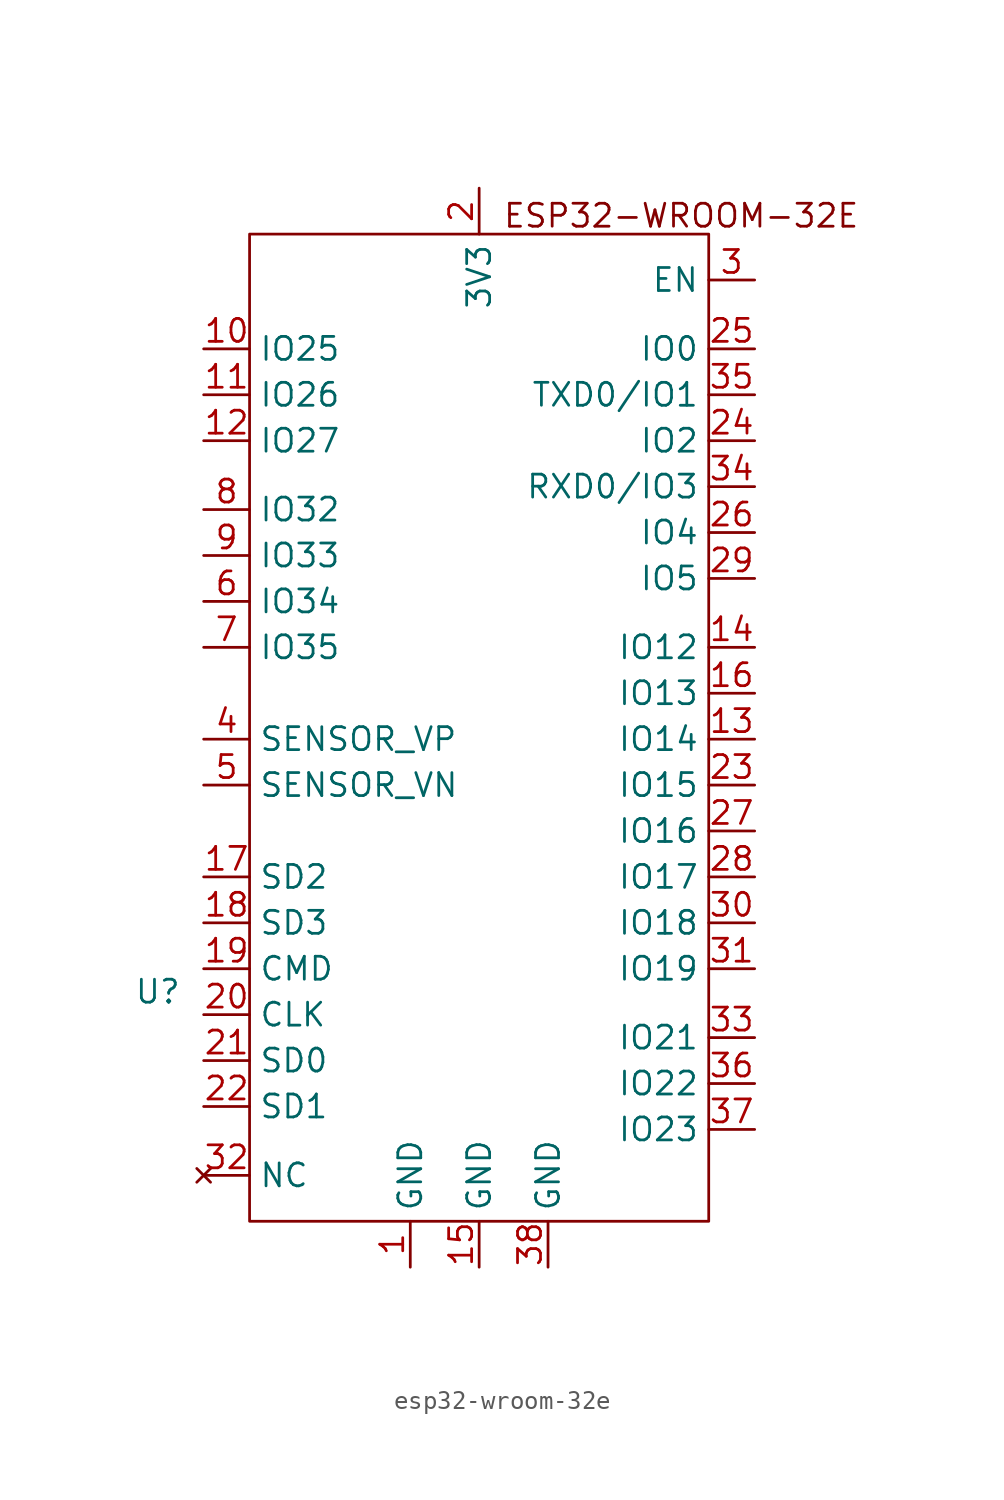
<source format=kicad_sym>
(kicad_symbol_lib
  (version 20241209)
  (generator "kicad_symbol_editor")
  (generator_version "9.0")
  (symbol "esp32-wroom-32e"
    (property "Reference" "U"
      (at -17.78 -15.24 0)
      (effects (font (size 1.27 1.27))))
    (property "Value" ""
      (at 0 0 0)
      (effects (font (size 1.27 1.27))))
    (symbol "esp32-wroom-32e_0_1"
      (rectangle (start -12.7 26.67) (end 12.7 -27.94) (stroke (width 0) (type default)) (fill (type none))))
    (symbol "esp32-wroom-32e_1_1"
      (text "ESP32-WROOM-32E" (at 11.176 27.686 0) (effects (font (size 1.27 1.27))))
      (pin bidirectional line (at -15.24 20.32 0) (length 2.54) (name "IO25" (effects (font (size 1.27 1.27)))) (number "10" (effects (font (size 1.27 1.27)))))
      (pin bidirectional line (at -15.24 17.78 0) (length 2.54) (name "IO26" (effects (font (size 1.27 1.27)))) (number "11" (effects (font (size 1.27 1.27)))))
      (pin bidirectional line (at -15.24 15.24 0) (length 2.54) (name "IO27" (effects (font (size 1.27 1.27)))) (number "12" (effects (font (size 1.27 1.27)))))
      (pin bidirectional line (at -15.24 11.43 0) (length 2.54) (name "IO32" (effects (font (size 1.27 1.27)))) (number "8" (effects (font (size 1.27 1.27)))))
      (pin bidirectional line (at -15.24 8.89 0) (length 2.54) (name "IO33" (effects (font (size 1.27 1.27)))) (number "9" (effects (font (size 1.27 1.27)))))
      (pin bidirectional line (at -15.24 6.35 0) (length 2.54) (name "IO34" (effects (font (size 1.27 1.27)))) (number "6" (effects (font (size 1.27 1.27)))))
      (pin bidirectional line (at -15.24 3.81 0) (length 2.54) (name "IO35" (effects (font (size 1.27 1.27)))) (number "7" (effects (font (size 1.27 1.27)))))
      (pin input line (at -15.24 -1.27 0) (length 2.54) (name "SENSOR_VP" (effects (font (size 1.27 1.27)))) (number "4" (effects (font (size 1.27 1.27)))))
      (pin input line (at -15.24 -3.81 0) (length 2.54) (name "SENSOR_VN" (effects (font (size 1.27 1.27)))) (number "5" (effects (font (size 1.27 1.27)))))
      (pin bidirectional line (at -15.24 -8.89 0) (length 2.54) (name "SD2" (effects (font (size 1.27 1.27)))) (number "17" (effects (font (size 1.27 1.27)))))
      (pin bidirectional line (at -15.24 -11.43 0) (length 2.54) (name "SD3" (effects (font (size 1.27 1.27)))) (number "18" (effects (font (size 1.27 1.27)))))
      (pin input line (at -15.24 -13.97 0) (length 2.54) (name "CMD" (effects (font (size 1.27 1.27)))) (number "19" (effects (font (size 1.27 1.27)))))
      (pin input line (at -15.24 -16.51 0) (length 2.54) (name "CLK" (effects (font (size 1.27 1.27)))) (number "20" (effects (font (size 1.27 1.27)))))
      (pin bidirectional line (at -15.24 -19.05 0) (length 2.54) (name "SD0" (effects (font (size 1.27 1.27)))) (number "21" (effects (font (size 1.27 1.27)))))
      (pin bidirectional line (at -15.24 -21.59 0) (length 2.54) (name "SD1" (effects (font (size 1.27 1.27)))) (number "22" (effects (font (size 1.27 1.27)))))
      (pin no_connect line (at -15.24 -25.4 0) (length 2.54) (name "NC" (effects (font (size 1.27 1.27)))) (number "32" (effects (font (size 1.27 1.27)))))
      (pin power_in line (at -3.81 -30.48 90) (length 2.54) (name "GND" (effects (font (size 1.27 1.27)))) (number "1" (effects (font (size 1.27 1.27)))))
      (pin power_in line (at 0 29.21 270) (length 2.54) (name "3V3" (effects (font (size 1.27 1.27)))) (number "2" (effects (font (size 1.27 1.27)))))
      (pin power_in line (at 0 -30.48 90) (length 2.54) (name "GND" (effects (font (size 1.27 1.27)))) (number "15" (effects (font (size 1.27 1.27)))))
      (pin power_in line (at 3.81 -30.48 90) (length 2.54) (name "GND" (effects (font (size 1.27 1.27)))) (number "38" (effects (font (size 1.27 1.27)))))
      (pin input line (at 15.24 24.13 180) (length 2.54) (name "EN" (effects (font (size 1.27 1.27)))) (number "3" (effects (font (size 1.27 1.27)))))
      (pin bidirectional line (at 15.24 20.32 180) (length 2.54) (name "IO0" (effects (font (size 1.27 1.27)))) (number "25" (effects (font (size 1.27 1.27)))))
      (pin bidirectional line (at 15.24 17.78 180) (length 2.54) (name "TXD0/IO1" (effects (font (size 1.27 1.27)))) (number "35" (effects (font (size 1.27 1.27)))))
      (pin bidirectional line (at 15.24 15.24 180) (length 2.54) (name "IO2" (effects (font (size 1.27 1.27)))) (number "24" (effects (font (size 1.27 1.27)))))
      (pin bidirectional line (at 15.24 12.7 180) (length 2.54) (name "RXD0/IO3" (effects (font (size 1.27 1.27)))) (number "34" (effects (font (size 1.27 1.27)))))
      (pin bidirectional line (at 15.24 10.16 180) (length 2.54) (name "IO4" (effects (font (size 1.27 1.27)))) (number "26" (effects (font (size 1.27 1.27)))))
      (pin bidirectional line (at 15.24 7.62 180) (length 2.54) (name "IO5" (effects (font (size 1.27 1.27)))) (number "29" (effects (font (size 1.27 1.27)))))
      (pin bidirectional line (at 15.24 3.81 180) (length 2.54) (name "IO12" (effects (font (size 1.27 1.27)))) (number "14" (effects (font (size 1.27 1.27)))))
      (pin bidirectional line (at 15.24 1.27 180) (length 2.54) (name "IO13" (effects (font (size 1.27 1.27)))) (number "16" (effects (font (size 1.27 1.27)))))
      (pin bidirectional line (at 15.24 -1.27 180) (length 2.54) (name "IO14" (effects (font (size 1.27 1.27)))) (number "13" (effects (font (size 1.27 1.27)))))
      (pin bidirectional line (at 15.24 -3.81 180) (length 2.54) (name "IO15" (effects (font (size 1.27 1.27)))) (number "23" (effects (font (size 1.27 1.27)))))
      (pin bidirectional line (at 15.24 -6.35 180) (length 2.54) (name "IO16" (effects (font (size 1.27 1.27)))) (number "27" (effects (font (size 1.27 1.27)))))
      (pin bidirectional line (at 15.24 -8.89 180) (length 2.54) (name "IO17" (effects (font (size 1.27 1.27)))) (number "28" (effects (font (size 1.27 1.27)))))
      (pin bidirectional line (at 15.24 -11.43 180) (length 2.54) (name "IO18" (effects (font (size 1.27 1.27)))) (number "30" (effects (font (size 1.27 1.27)))))
      (pin bidirectional line (at 15.24 -13.97 180) (length 2.54) (name "IO19" (effects (font (size 1.27 1.27)))) (number "31" (effects (font (size 1.27 1.27)))))
      (pin bidirectional line (at 15.24 -17.78 180) (length 2.54) (name "IO21" (effects (font (size 1.27 1.27)))) (number "33" (effects (font (size 1.27 1.27)))))
      (pin bidirectional line (at 15.24 -20.32 180) (length 2.54) (name "IO22" (effects (font (size 1.27 1.27)))) (number "36" (effects (font (size 1.27 1.27)))))
      (pin bidirectional line (at 15.24 -22.86 180) (length 2.54) (name "IO23" (effects (font (size 1.27 1.27)))) (number "37" (effects (font (size 1.27 1.27))))))))
</source>
